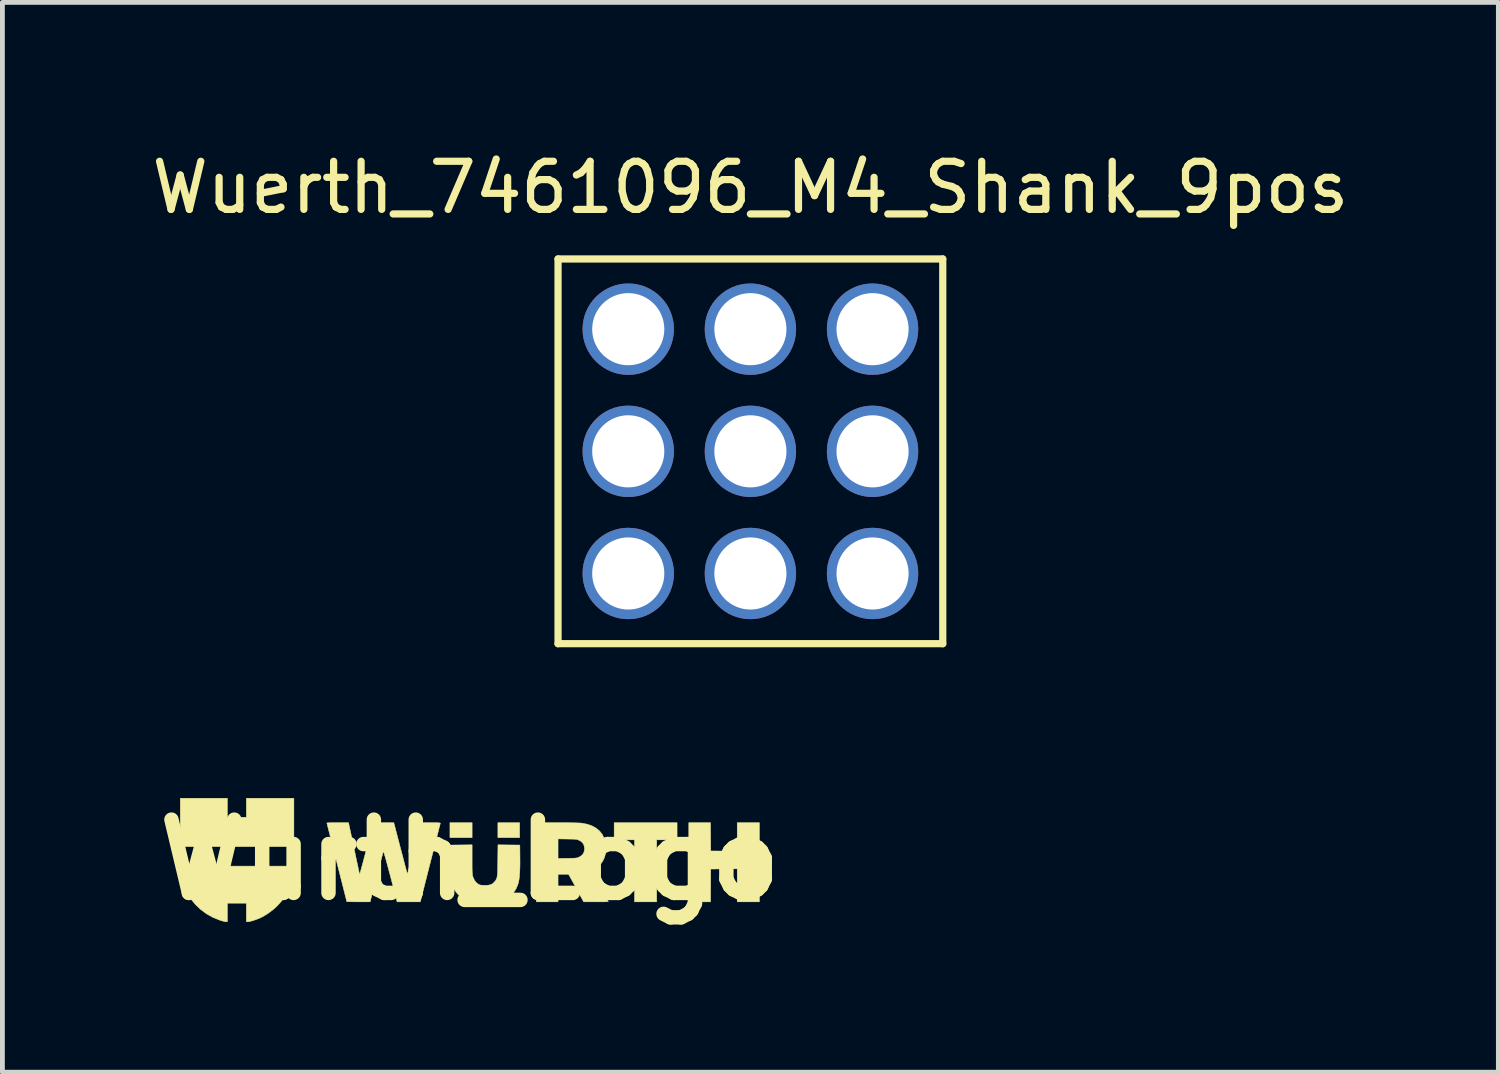
<source format=kicad_pcb>
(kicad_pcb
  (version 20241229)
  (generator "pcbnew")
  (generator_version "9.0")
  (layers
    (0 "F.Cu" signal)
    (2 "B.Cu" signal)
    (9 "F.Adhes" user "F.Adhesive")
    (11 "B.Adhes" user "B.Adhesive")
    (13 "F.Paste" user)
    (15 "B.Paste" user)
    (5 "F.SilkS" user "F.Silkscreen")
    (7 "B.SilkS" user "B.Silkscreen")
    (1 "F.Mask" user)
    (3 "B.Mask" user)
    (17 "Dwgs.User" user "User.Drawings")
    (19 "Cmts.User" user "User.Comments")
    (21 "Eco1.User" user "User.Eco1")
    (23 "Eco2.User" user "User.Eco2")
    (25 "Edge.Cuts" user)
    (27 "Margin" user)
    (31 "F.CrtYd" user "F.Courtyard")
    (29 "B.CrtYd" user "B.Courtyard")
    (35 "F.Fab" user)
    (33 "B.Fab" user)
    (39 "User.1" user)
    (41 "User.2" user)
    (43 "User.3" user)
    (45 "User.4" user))
  (footprint "Wuerth_7461096_M4_Shank_9pos"
    (layer "F.Cu")
    (at 12.554 6.335)
    (property "Reference" "Wuerth_7461096_M4_Shank_9pos" (at 0 -5.486 0) (layer "F.SilkS") (effects (font (size 1 1) (thickness 0.15))))
    (attr through_hole)
    (fp_line (start -4 -4) (end 4 -4) (stroke (width 0.15) (type solid)) (layer "F.SilkS"))
    (fp_line (start -4 4) (end -4 -4) (stroke (width 0.15) (type solid)) (layer "F.SilkS"))
    (fp_line (start 4 -4) (end 4 4) (stroke (width 0.15) (type solid)) (layer "F.SilkS"))
    (fp_line (start 4 4) (end -4 4) (stroke (width 0.15) (type solid)) (layer "F.SilkS"))
    (pad "1" thru_hole circle (at -2.54 -2.54) (size 1.9 1.9) (drill 1.5) (layers "*.Cu" "*.Mask"))
    (pad "1" thru_hole circle (at -2.54 0) (size 1.9 1.9) (drill 1.5) (layers "*.Cu" "*.Mask"))
    (pad "1" thru_hole circle (at -2.54 2.54) (size 1.9 1.9) (drill 1.5) (layers "*.Cu" "*.Mask"))
    (pad "1" thru_hole circle (at 0 -2.54) (size 1.9 1.9) (drill 1.5) (layers "*.Cu" "*.Mask"))
    (pad "1" thru_hole circle (at 0 0) (size 1.9 1.9) (drill 1.5) (layers "*.Cu" "*.Mask"))
    (pad "1" thru_hole circle (at 0 2.54) (size 1.9 1.9) (drill 1.5) (layers "*.Cu" "*.Mask"))
    (pad "1" thru_hole circle (at 2.54 -2.54) (size 1.9 1.9) (drill 1.5) (layers "*.Cu" "*.Mask"))
    (pad "1" thru_hole circle (at 2.54 0) (size 1.9 1.9) (drill 1.5) (layers "*.Cu" "*.Mask"))
    (pad "1" thru_hole circle (at 2.54 2.54) (size 1.9 1.9) (drill 1.5) (layers "*.Cu" "*.Mask")))
  (footprint "Wurth_Logo"
    (layer "F.Cu")
    (at 6.72 14.828)
    (property "Reference" "Wurth_Logo" (at 0 0 0) (layer "F.SilkS") (effects (font (size 1.524 1.524) (thickness 0.3))))
    (attr through_hole)
    (fp_poly (pts (xy 0.047 -0.461) (xy -0.414 -0.461) (xy -0.414 -0.771) (xy 0.047 -0.771) (xy 0.047 -0.461)) (stroke (width 0.01) (type solid)) (fill yes) (layer "F.SilkS"))
    (fp_poly (pts (xy 1.035 -0.461) (xy 0.583 -0.461) (xy 0.583 -0.771) (xy 1.035 -0.771) (xy 1.035 -0.461)) (stroke (width 0.01) (type solid)) (fill yes) (layer "F.SilkS"))
    (fp_poly (pts (xy -5.042 -0.884) (xy -4.647 -0.884) (xy -4.647 -1.279) (xy -3.659 -1.279) (xy -3.659 -0.273) (xy -6.021 -0.273) (xy -6.021 -1.279) (xy -5.042 -1.279) (xy -5.042 -0.884)) (stroke (width 0.01) (type solid)) (fill yes) (layer "F.SilkS"))
    (fp_poly (pts (xy 4.309 -0.414) (xy 3.885 -0.414) (xy 3.885 0.875) (xy 3.424 0.875) (xy 3.424 -0.414) (xy 3.001 -0.414) (xy 3.001 -0.771) (xy 4.309 -0.771) (xy 4.309 -0.414)) (stroke (width 0.01) (type solid)) (fill yes) (layer "F.SilkS"))
    (fp_poly (pts (xy 5.009 -0.183) (xy 5.285 -0.181) (xy 5.56 -0.178) (xy 5.56 -0.771) (xy 6.021 -0.771) (xy 6.021 0.875) (xy 5.56 0.875) (xy 5.56 0.188) (xy 5.285 0.19) (xy 5.009 0.193) (xy 5.007 0.534) (xy 5.005 0.875) (xy 4.553 0.875) (xy 4.553 -0.771) (xy 5.004 -0.771) (xy 5.009 -0.183)) (stroke (width 0.01) (type solid)) (fill yes) (layer "F.SilkS"))
    (fp_poly (pts (xy -3.664 0.205) (xy -3.685 0.357) (xy -3.722 0.5) (xy -3.775 0.634) (xy -3.844 0.759) (xy -3.93 0.876) (xy -4.007 0.96) (xy -4.089 1.035) (xy -4.181 1.105) (xy -4.275 1.165) (xy -4.357 1.208) (xy -4.411 1.23) (xy -4.467 1.251) (xy -4.52 1.269) (xy -4.568 1.281) (xy -4.604 1.288) (xy -4.615 1.289) (xy -4.647 1.289) (xy -4.647 0.903) (xy -5.042 0.903) (xy -5.042 1.289) (xy -5.073 1.289) (xy -5.095 1.286) (xy -5.129 1.277) (xy -5.17 1.266) (xy -5.199 1.256) (xy -5.341 1.199) (xy -5.473 1.126) (xy -5.593 1.037) (xy -5.702 0.935) (xy -5.799 0.818) (xy -5.862 0.723) (xy -5.916 0.618) (xy -5.961 0.502) (xy -5.994 0.381) (xy -6.014 0.261) (xy -6.017 0.224) (xy -6.024 0.132) (xy -3.658 0.132) (xy -3.664 0.205)) (stroke (width 0.01) (type solid)) (fill yes) (layer "F.SilkS"))
    (fp_poly (pts (xy 0.047 -0.006) (xy 0.047 0.079) (xy 0.047 0.148) (xy 0.048 0.203) (xy 0.049 0.246) (xy 0.051 0.279) (xy 0.054 0.305) (xy 0.057 0.326) (xy 0.061 0.344) (xy 0.066 0.359) (xy 0.094 0.424) (xy 0.134 0.475) (xy 0.182 0.511) (xy 0.204 0.521) (xy 0.227 0.527) (xy 0.257 0.53) (xy 0.299 0.531) (xy 0.315 0.532) (xy 0.377 0.529) (xy 0.425 0.52) (xy 0.463 0.504) (xy 0.496 0.477) (xy 0.516 0.455) (xy 0.532 0.435) (xy 0.544 0.417) (xy 0.554 0.397) (xy 0.562 0.374) (xy 0.568 0.346) (xy 0.573 0.31) (xy 0.576 0.265) (xy 0.578 0.207) (xy 0.579 0.136) (xy 0.581 0.049) (xy 0.581 0.012) (xy 0.585 -0.311) (xy 0.812 -0.308) (xy 1.04 -0.306) (xy 1.042 -0.066) (xy 1.043 0.061) (xy 1.041 0.171) (xy 1.037 0.265) (xy 1.031 0.345) (xy 1.023 0.412) (xy 1.012 0.469) (xy 1.002 0.505) (xy 0.963 0.6) (xy 0.91 0.683) (xy 0.842 0.753) (xy 0.761 0.811) (xy 0.666 0.856) (xy 0.65 0.862) (xy 0.564 0.885) (xy 0.466 0.901) (xy 0.361 0.91) (xy 0.254 0.91) (xy 0.156 0.902) (xy 0.039 0.879) (xy -0.065 0.844) (xy -0.156 0.795) (xy -0.233 0.733) (xy -0.286 0.674) (xy -0.325 0.615) (xy -0.357 0.548) (xy -0.383 0.47) (xy -0.387 0.455) (xy -0.392 0.435) (xy -0.397 0.415) (xy -0.4 0.393) (xy -0.403 0.367) (xy -0.405 0.334) (xy -0.406 0.294) (xy -0.407 0.242) (xy -0.408 0.178) (xy -0.408 0.098) (xy -0.408 0.038) (xy -0.409 -0.306) (xy -0.181 -0.308) (xy 0.047 -0.311) (xy 0.047 -0.006)) (stroke (width 0.01) (type solid)) (fill yes) (layer "F.SilkS"))
    (fp_poly (pts (xy 1.923 -0.771) (xy 2.018 -0.771) (xy 2.105 -0.769) (xy 2.181 -0.768) (xy 2.244 -0.766) (xy 2.292 -0.764) (xy 2.324 -0.762) (xy 2.33 -0.761) (xy 2.443 -0.739) (xy 2.542 -0.704) (xy 2.627 -0.657) (xy 2.697 -0.598) (xy 2.753 -0.527) (xy 2.794 -0.445) (xy 2.821 -0.352) (xy 2.831 -0.249) (xy 2.831 -0.23) (xy 2.823 -0.134) (xy 2.798 -0.043) (xy 2.757 0.039) (xy 2.701 0.112) (xy 2.631 0.173) (xy 2.574 0.208) (xy 2.513 0.24) (xy 2.696 0.554) (xy 2.736 0.624) (xy 2.774 0.689) (xy 2.807 0.746) (xy 2.835 0.795) (xy 2.857 0.833) (xy 2.872 0.859) (xy 2.878 0.871) (xy 2.879 0.871) (xy 2.87 0.872) (xy 2.844 0.873) (xy 2.805 0.874) (xy 2.754 0.874) (xy 2.694 0.875) (xy 2.627 0.875) (xy 2.622 0.875) (xy 2.366 0.874) (xy 2.225 0.615) (xy 2.189 0.549) (xy 2.156 0.488) (xy 2.126 0.434) (xy 2.101 0.388) (xy 2.082 0.354) (xy 2.07 0.332) (xy 2.067 0.328) (xy 2.051 0.301) (xy 1.834 0.301) (xy 1.834 0.875) (xy 1.383 0.875) (xy 1.383 -0.027) (xy 1.834 -0.027) (xy 2.03 -0.03) (xy 2.095 -0.031) (xy 2.145 -0.032) (xy 2.182 -0.034) (xy 2.209 -0.036) (xy 2.23 -0.04) (xy 2.248 -0.045) (xy 2.265 -0.053) (xy 2.279 -0.059) (xy 2.329 -0.092) (xy 2.363 -0.134) (xy 2.381 -0.186) (xy 2.385 -0.23) (xy 2.377 -0.29) (xy 2.355 -0.339) (xy 2.317 -0.379) (xy 2.279 -0.401) (xy 2.26 -0.41) (xy 2.243 -0.417) (xy 2.225 -0.422) (xy 2.203 -0.425) (xy 2.174 -0.428) (xy 2.134 -0.429) (xy 2.08 -0.43) (xy 2.03 -0.431) (xy 1.834 -0.434) (xy 1.834 -0.027) (xy 1.383 -0.027) (xy 1.383 -0.771) (xy 1.82 -0.771) (xy 1.923 -0.771)) (stroke (width 0.01) (type solid)) (fill yes) (layer "F.SilkS"))
    (fp_poly (pts (xy -2.518 -0.75) (xy -2.515 -0.737) (xy -2.509 -0.708) (xy -2.499 -0.663) (xy -2.487 -0.605) (xy -2.472 -0.536) (xy -2.455 -0.457) (xy -2.437 -0.37) (xy -2.417 -0.277) (xy -2.403 -0.212) (xy -2.383 -0.116) (xy -2.364 -0.026) (xy -2.346 0.057) (xy -2.33 0.131) (xy -2.317 0.194) (xy -2.306 0.245) (xy -2.298 0.282) (xy -2.293 0.303) (xy -2.291 0.308) (xy -2.289 0.3) (xy -2.282 0.275) (xy -2.271 0.235) (xy -2.256 0.181) (xy -2.239 0.116) (xy -2.218 0.04) (xy -2.196 -0.044) (xy -2.172 -0.135) (xy -2.15 -0.218) (xy -2.125 -0.315) (xy -2.101 -0.406) (xy -2.078 -0.491) (xy -2.058 -0.567) (xy -2.041 -0.632) (xy -2.026 -0.686) (xy -2.016 -0.726) (xy -2.009 -0.751) (xy -2.006 -0.759) (xy -2.001 -0.763) (xy -1.985 -0.767) (xy -1.959 -0.769) (xy -1.92 -0.77) (xy -1.865 -0.771) (xy -1.794 -0.771) (xy -1.581 -0.771) (xy -1.572 -0.736) (xy -1.568 -0.72) (xy -1.559 -0.688) (xy -1.547 -0.642) (xy -1.532 -0.582) (xy -1.513 -0.512) (xy -1.493 -0.433) (xy -1.47 -0.346) (xy -1.446 -0.254) (xy -1.435 -0.212) (xy -1.41 -0.119) (xy -1.387 -0.031) (xy -1.366 0.05) (xy -1.347 0.123) (xy -1.33 0.185) (xy -1.317 0.234) (xy -1.307 0.27) (xy -1.301 0.291) (xy -1.3 0.294) (xy -1.297 0.289) (xy -1.29 0.266) (xy -1.28 0.227) (xy -1.267 0.172) (xy -1.251 0.103) (xy -1.233 0.02) (xy -1.212 -0.076) (xy -1.189 -0.183) (xy -1.187 -0.195) (xy -1.167 -0.291) (xy -1.147 -0.382) (xy -1.129 -0.467) (xy -1.113 -0.543) (xy -1.099 -0.61) (xy -1.087 -0.664) (xy -1.078 -0.705) (xy -1.073 -0.73) (xy -1.071 -0.736) (xy -1.062 -0.771) (xy -0.836 -0.771) (xy -0.762 -0.771) (xy -0.705 -0.771) (xy -0.664 -0.769) (xy -0.636 -0.767) (xy -0.62 -0.765) (xy -0.614 -0.761) (xy -0.613 -0.76) (xy -0.616 -0.749) (xy -0.623 -0.721) (xy -0.635 -0.678) (xy -0.649 -0.621) (xy -0.667 -0.55) (xy -0.688 -0.468) (xy -0.712 -0.376) (xy -0.738 -0.274) (xy -0.765 -0.165) (xy -0.795 -0.05) (xy -0.824 0.064) (xy -1.03 0.875) (xy -1.512 0.875) (xy -1.651 0.343) (xy -1.677 0.247) (xy -1.701 0.157) (xy -1.723 0.074) (xy -1.743 0.000455) (xy -1.761 -0.062) (xy -1.776 -0.113) (xy -1.787 -0.15) (xy -1.794 -0.172) (xy -1.797 -0.177) (xy -1.8 -0.166) (xy -1.808 -0.138) (xy -1.82 -0.096) (xy -1.835 -0.04) (xy -1.853 0.028) (xy -1.873 0.105) (xy -1.896 0.19) (xy -1.92 0.282) (xy -1.939 0.355) (xy -2.074 0.875) (xy -2.317 0.875) (xy -2.382 0.875) (xy -2.44 0.874) (xy -2.49 0.873) (xy -2.528 0.872) (xy -2.552 0.871) (xy -2.559 0.87) (xy -2.561 0.86) (xy -2.568 0.834) (xy -2.578 0.792) (xy -2.593 0.735) (xy -2.61 0.666) (xy -2.631 0.585) (xy -2.654 0.493) (xy -2.68 0.392) (xy -2.707 0.284) (xy -2.736 0.169) (xy -2.766 0.053) (xy -2.796 -0.067) (xy -2.826 -0.182) (xy -2.853 -0.29) (xy -2.879 -0.391) (xy -2.902 -0.482) (xy -2.922 -0.563) (xy -2.94 -0.632) (xy -2.954 -0.688) (xy -2.964 -0.73) (xy -2.971 -0.756) (xy -2.973 -0.765) (xy -2.964 -0.767) (xy -2.939 -0.768) (xy -2.9 -0.77) (xy -2.85 -0.771) (xy -2.791 -0.771) (xy -2.748 -0.771) (xy -2.523 -0.771) (xy -2.518 -0.75)) (stroke (width 0.01) (type solid)) (fill yes) (layer "F.SilkS")))
  (gr_rect
    (start -3 -3)
    (end 28.107 19.246)
    (stroke (width 0.1) (type default))
    (fill no)
    (layer "Edge.Cuts")))
</source>
